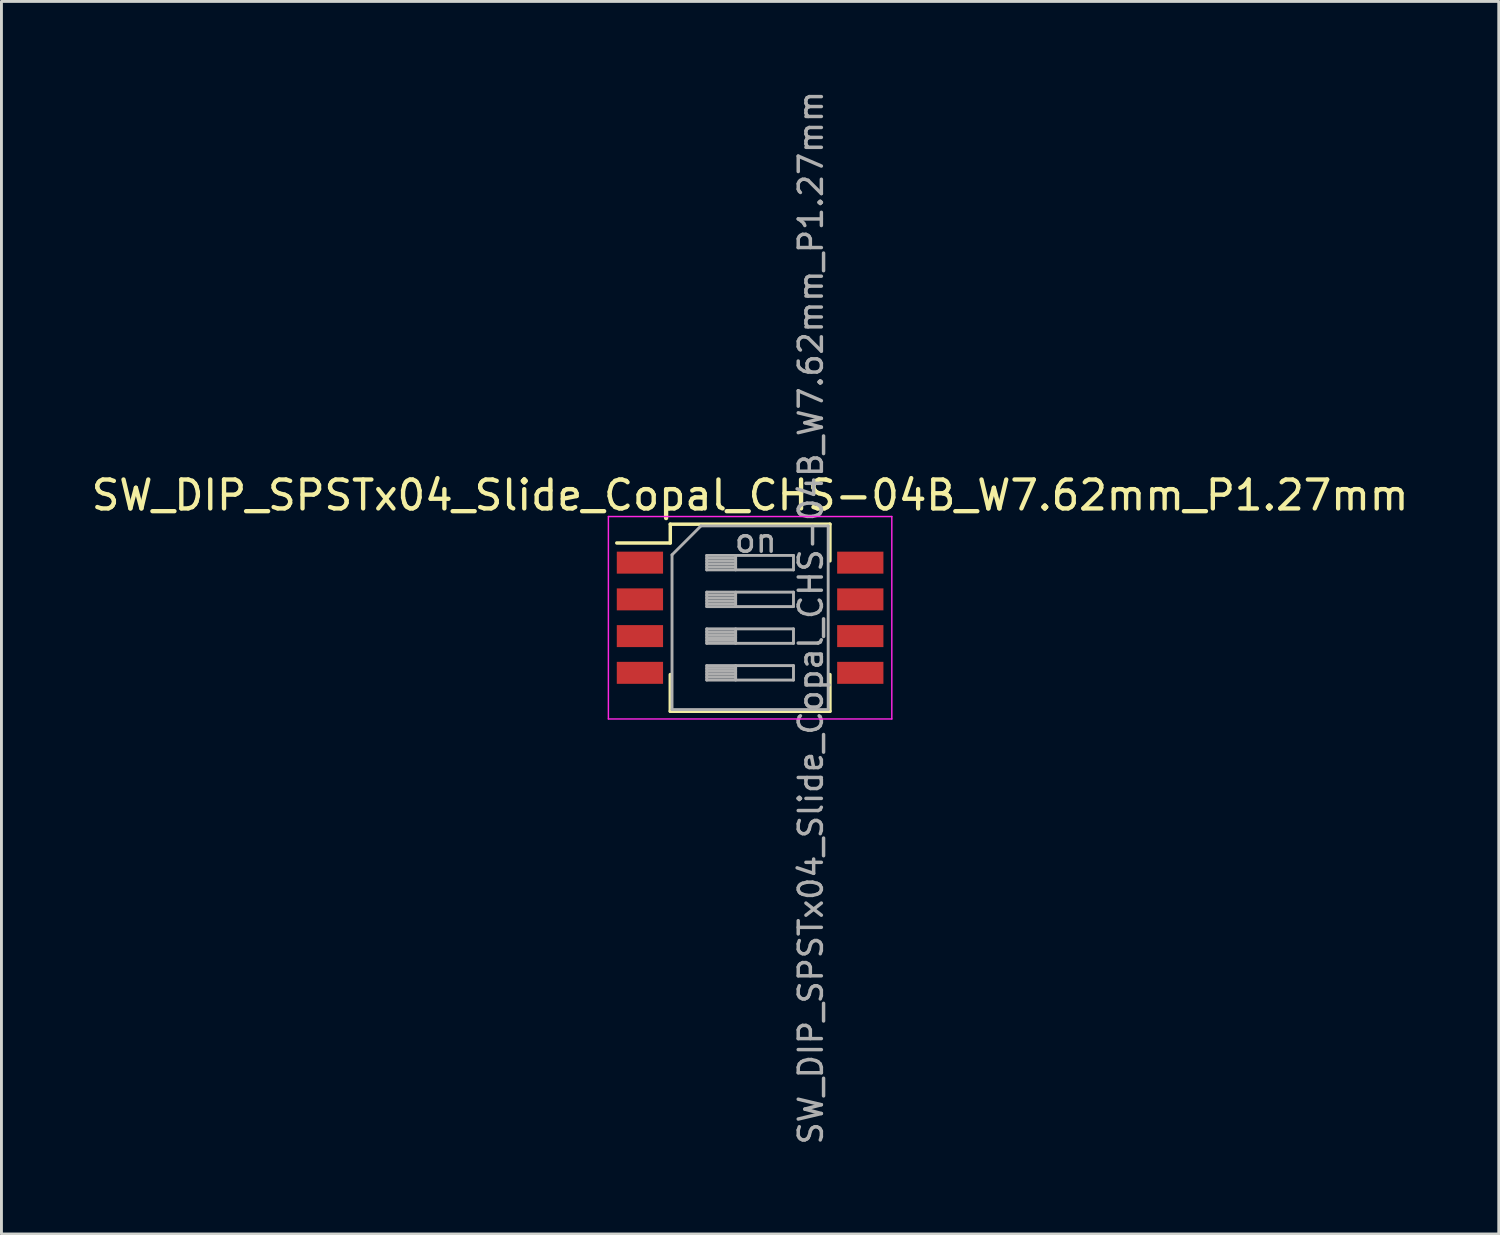
<source format=kicad_pcb>
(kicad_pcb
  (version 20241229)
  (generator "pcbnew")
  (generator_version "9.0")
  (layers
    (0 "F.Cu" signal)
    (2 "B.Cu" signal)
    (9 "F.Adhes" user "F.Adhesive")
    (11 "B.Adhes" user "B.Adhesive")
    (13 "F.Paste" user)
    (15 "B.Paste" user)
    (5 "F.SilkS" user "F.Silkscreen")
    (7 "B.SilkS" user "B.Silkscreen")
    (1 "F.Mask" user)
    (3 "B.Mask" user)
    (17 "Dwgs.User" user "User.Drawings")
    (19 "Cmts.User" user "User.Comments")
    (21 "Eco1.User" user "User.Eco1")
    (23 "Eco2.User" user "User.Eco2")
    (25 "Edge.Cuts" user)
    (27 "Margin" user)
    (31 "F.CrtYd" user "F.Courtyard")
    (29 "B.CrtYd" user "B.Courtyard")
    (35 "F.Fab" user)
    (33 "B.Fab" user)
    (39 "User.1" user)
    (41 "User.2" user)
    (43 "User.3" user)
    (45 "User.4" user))
  (footprint "SW_DIP_SPSTx04_Slide_Copal_CHS-04B_W7.62mm_P1.27mm"
    (layer "F.Cu")
    (at 22.887 18.31)
    (property "Reference" "SW_DIP_SPSTx04_Slide_Copal_CHS-04B_W7.62mm_P1.27mm" (at 0 -4.235 0) (layer "F.SilkS") (effects (font (size 1 1) (thickness 0.15))))
    (attr smd)
    (fp_line (start -4.61 -2.585) (end -2.76 -2.585) (stroke (width 0.12) (type solid)) (layer "F.SilkS"))
    (fp_line (start -2.76 -3.235) (end -2.76 -2.585) (stroke (width 0.12) (type solid)) (layer "F.SilkS"))
    (fp_line (start -2.76 -3.235) (end 2.76 -3.235) (stroke (width 0.12) (type solid)) (layer "F.SilkS"))
    (fp_line (start -2.76 1.965) (end -2.76 3.235) (stroke (width 0.12) (type solid)) (layer "F.SilkS"))
    (fp_line (start -2.76 3.235) (end 2.76 3.235) (stroke (width 0.12) (type solid)) (layer "F.SilkS"))
    (fp_line (start 2.76 -3.235) (end 2.76 -1.966) (stroke (width 0.12) (type solid)) (layer "F.SilkS"))
    (fp_line (start 2.76 1.965) (end 2.76 3.235) (stroke (width 0.12) (type solid)) (layer "F.SilkS"))
    (fp_line (start -4.9 -3.5) (end -4.9 3.5) (stroke (width 0.05) (type solid)) (layer "F.CrtYd"))
    (fp_line (start -4.9 3.5) (end 4.9 3.5) (stroke (width 0.05) (type solid)) (layer "F.CrtYd"))
    (fp_line (start 4.9 -3.5) (end -4.9 -3.5) (stroke (width 0.05) (type solid)) (layer "F.CrtYd"))
    (fp_line (start 4.9 3.5) (end 4.9 -3.5) (stroke (width 0.05) (type solid)) (layer "F.CrtYd"))
    (fp_line (start -2.7 -2.175) (end -1.7 -3.175) (stroke (width 0.1) (type solid)) (layer "F.Fab"))
    (fp_line (start -2.7 3.175) (end -2.7 -2.175) (stroke (width 0.1) (type solid)) (layer "F.Fab"))
    (fp_line (start -1.7 -3.175) (end 2.7 -3.175) (stroke (width 0.1) (type solid)) (layer "F.Fab"))
    (fp_line (start -1.5 -2.155) (end -1.5 -1.655) (stroke (width 0.1) (type solid)) (layer "F.Fab"))
    (fp_line (start -1.5 -2.055) (end -0.5 -2.055) (stroke (width 0.1) (type solid)) (layer "F.Fab"))
    (fp_line (start -1.5 -1.955) (end -0.5 -1.955) (stroke (width 0.1) (type solid)) (layer "F.Fab"))
    (fp_line (start -1.5 -1.855) (end -0.5 -1.855) (stroke (width 0.1) (type solid)) (layer "F.Fab"))
    (fp_line (start -1.5 -1.755) (end -0.5 -1.755) (stroke (width 0.1) (type solid)) (layer "F.Fab"))
    (fp_line (start -1.5 -1.655) (end 1.5 -1.655) (stroke (width 0.1) (type solid)) (layer "F.Fab"))
    (fp_line (start -1.5 -0.885) (end -1.5 -0.385) (stroke (width 0.1) (type solid)) (layer "F.Fab"))
    (fp_line (start -1.5 -0.785) (end -0.5 -0.785) (stroke (width 0.1) (type solid)) (layer "F.Fab"))
    (fp_line (start -1.5 -0.685) (end -0.5 -0.685) (stroke (width 0.1) (type solid)) (layer "F.Fab"))
    (fp_line (start -1.5 -0.585) (end -0.5 -0.585) (stroke (width 0.1) (type solid)) (layer "F.Fab"))
    (fp_line (start -1.5 -0.485) (end -0.5 -0.485) (stroke (width 0.1) (type solid)) (layer "F.Fab"))
    (fp_line (start -1.5 -0.385) (end 1.5 -0.385) (stroke (width 0.1) (type solid)) (layer "F.Fab"))
    (fp_line (start -1.5 0.385) (end -1.5 0.885) (stroke (width 0.1) (type solid)) (layer "F.Fab"))
    (fp_line (start -1.5 0.485) (end -0.5 0.485) (stroke (width 0.1) (type solid)) (layer "F.Fab"))
    (fp_line (start -1.5 0.585) (end -0.5 0.585) (stroke (width 0.1) (type solid)) (layer "F.Fab"))
    (fp_line (start -1.5 0.685) (end -0.5 0.685) (stroke (width 0.1) (type solid)) (layer "F.Fab"))
    (fp_line (start -1.5 0.785) (end -0.5 0.785) (stroke (width 0.1) (type solid)) (layer "F.Fab"))
    (fp_line (start -1.5 0.885) (end 1.5 0.885) (stroke (width 0.1) (type solid)) (layer "F.Fab"))
    (fp_line (start -1.5 1.655) (end -1.5 2.155) (stroke (width 0.1) (type solid)) (layer "F.Fab"))
    (fp_line (start -1.5 1.755) (end -0.5 1.755) (stroke (width 0.1) (type solid)) (layer "F.Fab"))
    (fp_line (start -1.5 1.855) (end -0.5 1.855) (stroke (width 0.1) (type solid)) (layer "F.Fab"))
    (fp_line (start -1.5 1.955) (end -0.5 1.955) (stroke (width 0.1) (type solid)) (layer "F.Fab"))
    (fp_line (start -1.5 2.055) (end -0.5 2.055) (stroke (width 0.1) (type solid)) (layer "F.Fab"))
    (fp_line (start -1.5 2.155) (end 1.5 2.155) (stroke (width 0.1) (type solid)) (layer "F.Fab"))
    (fp_line (start -0.5 -2.155) (end -0.5 -1.655) (stroke (width 0.1) (type solid)) (layer "F.Fab"))
    (fp_line (start -0.5 -0.885) (end -0.5 -0.385) (stroke (width 0.1) (type solid)) (layer "F.Fab"))
    (fp_line (start -0.5 0.385) (end -0.5 0.885) (stroke (width 0.1) (type solid)) (layer "F.Fab"))
    (fp_line (start -0.5 1.655) (end -0.5 2.155) (stroke (width 0.1) (type solid)) (layer "F.Fab"))
    (fp_line (start 1.5 -2.155) (end -1.5 -2.155) (stroke (width 0.1) (type solid)) (layer "F.Fab"))
    (fp_line (start 1.5 -1.655) (end 1.5 -2.155) (stroke (width 0.1) (type solid)) (layer "F.Fab"))
    (fp_line (start 1.5 -0.885) (end -1.5 -0.885) (stroke (width 0.1) (type solid)) (layer "F.Fab"))
    (fp_line (start 1.5 -0.385) (end 1.5 -0.885) (stroke (width 0.1) (type solid)) (layer "F.Fab"))
    (fp_line (start 1.5 0.385) (end -1.5 0.385) (stroke (width 0.1) (type solid)) (layer "F.Fab"))
    (fp_line (start 1.5 0.885) (end 1.5 0.385) (stroke (width 0.1) (type solid)) (layer "F.Fab"))
    (fp_line (start 1.5 1.655) (end -1.5 1.655) (stroke (width 0.1) (type solid)) (layer "F.Fab"))
    (fp_line (start 1.5 2.155) (end 1.5 1.655) (stroke (width 0.1) (type solid)) (layer "F.Fab"))
    (fp_line (start 2.7 -3.175) (end 2.7 3.175) (stroke (width 0.1) (type solid)) (layer "F.Fab"))
    (fp_line (start 2.7 3.175) (end -2.7 3.175) (stroke (width 0.1) (type solid)) (layer "F.Fab"))
    (fp_text user "${REFERENCE}" (at 2.1 0 90) (layer "F.Fab") (effects (font (size 0.8 0.8) (thickness 0.12))))
    (fp_text user "on" (at 0.195 -2.665 0) (layer "F.Fab") (effects (font (size 0.8 0.8) (thickness 0.12))))
    (pad "1" smd rect (at -3.81 -1.905) (size 1.6 0.76) (layers "F.Cu" "F.Mask" "F.Paste"))
    (pad "2" smd rect (at -3.81 -0.635) (size 1.6 0.76) (layers "F.Cu" "F.Mask" "F.Paste"))
    (pad "3" smd rect (at -3.81 0.635) (size 1.6 0.76) (layers "F.Cu" "F.Mask" "F.Paste"))
    (pad "4" smd rect (at -3.81 1.905) (size 1.6 0.76) (layers "F.Cu" "F.Mask" "F.Paste"))
    (pad "5" smd rect (at 3.81 1.905) (size 1.6 0.76) (layers "F.Cu" "F.Mask" "F.Paste"))
    (pad "6" smd rect (at 3.81 0.635) (size 1.6 0.76) (layers "F.Cu" "F.Mask" "F.Paste"))
    (pad "7" smd rect (at 3.81 -0.635) (size 1.6 0.76) (layers "F.Cu" "F.Mask" "F.Paste"))
    (pad "8" smd rect (at 3.81 -1.905) (size 1.6 0.76) (layers "F.Cu" "F.Mask" "F.Paste")))
  (gr_rect
    (start -3 -3)
    (end 48.774 39.619)
    (stroke (width 0.1) (type default))
    (fill no)
    (layer "Edge.Cuts")))
</source>
